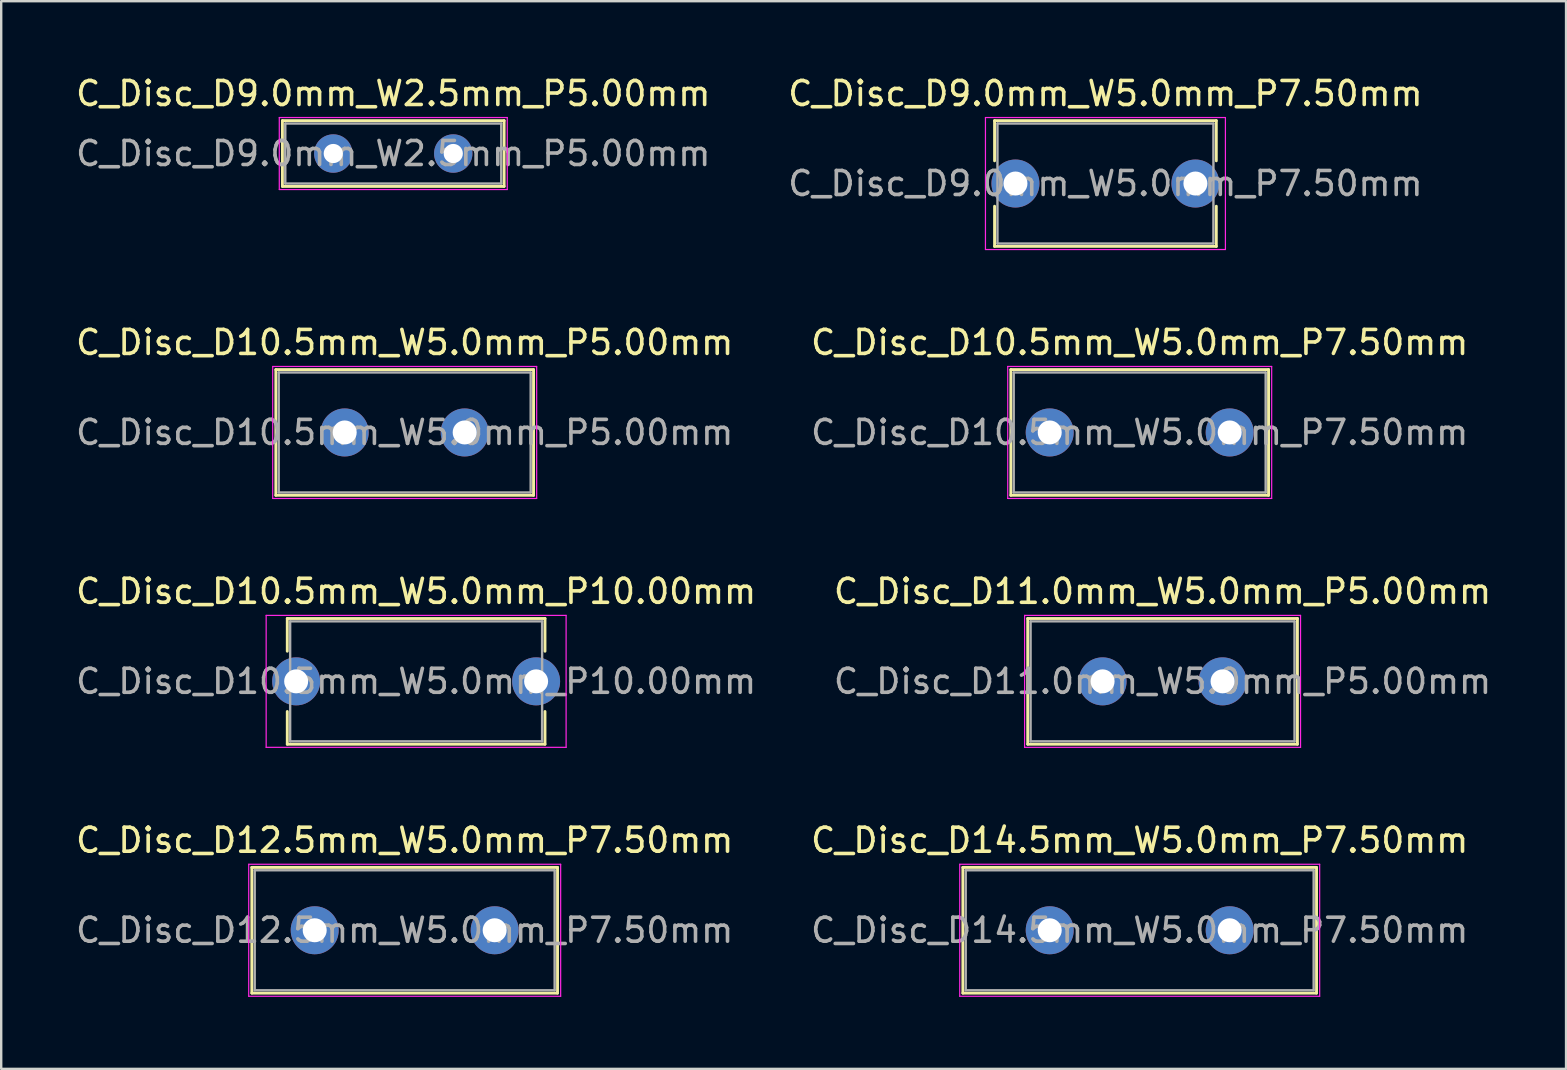
<source format=kicad_pcb>
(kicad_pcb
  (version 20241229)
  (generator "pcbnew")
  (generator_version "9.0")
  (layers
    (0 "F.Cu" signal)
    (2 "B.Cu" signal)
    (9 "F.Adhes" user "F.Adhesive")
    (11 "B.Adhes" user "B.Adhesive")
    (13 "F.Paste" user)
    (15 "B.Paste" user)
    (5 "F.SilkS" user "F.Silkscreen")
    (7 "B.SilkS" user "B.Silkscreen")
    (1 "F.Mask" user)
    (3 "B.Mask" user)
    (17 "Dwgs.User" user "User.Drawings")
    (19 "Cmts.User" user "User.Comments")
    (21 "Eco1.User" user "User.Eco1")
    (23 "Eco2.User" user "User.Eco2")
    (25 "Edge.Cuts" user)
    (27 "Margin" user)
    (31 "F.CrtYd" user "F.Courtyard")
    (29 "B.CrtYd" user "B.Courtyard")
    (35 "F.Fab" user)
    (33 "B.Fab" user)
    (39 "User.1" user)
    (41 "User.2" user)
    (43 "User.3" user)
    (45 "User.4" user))
  (footprint "C_Disc_D11.0mm_W5.0mm_P5.00mm"
    (layer "F.Cu")
    (at 42.899 25.345)
    (property "Reference" "C_Disc_D11.0mm_W5.0mm_P5.00mm" (at 2.5 -3.75 0) (layer "F.SilkS") (effects (font (size 1 1) (thickness 0.15))))
    (attr through_hole)
    (fp_line (start -3.12 -2.62) (end -3.12 2.62) (stroke (width 0.12) (type solid)) (layer "F.SilkS"))
    (fp_line (start -3.12 -2.62) (end 8.12 -2.62) (stroke (width 0.12) (type solid)) (layer "F.SilkS"))
    (fp_line (start -3.12 2.62) (end 8.12 2.62) (stroke (width 0.12) (type solid)) (layer "F.SilkS"))
    (fp_line (start 8.12 -2.62) (end 8.12 2.62) (stroke (width 0.12) (type solid)) (layer "F.SilkS"))
    (fp_line (start -3.25 -2.75) (end -3.25 2.75) (stroke (width 0.05) (type solid)) (layer "F.CrtYd"))
    (fp_line (start -3.25 2.75) (end 8.25 2.75) (stroke (width 0.05) (type solid)) (layer "F.CrtYd"))
    (fp_line (start 8.25 -2.75) (end -3.25 -2.75) (stroke (width 0.05) (type solid)) (layer "F.CrtYd"))
    (fp_line (start 8.25 2.75) (end 8.25 -2.75) (stroke (width 0.05) (type solid)) (layer "F.CrtYd"))
    (fp_line (start -3 -2.5) (end -3 2.5) (stroke (width 0.1) (type solid)) (layer "F.Fab"))
    (fp_line (start -3 2.5) (end 8 2.5) (stroke (width 0.1) (type solid)) (layer "F.Fab"))
    (fp_line (start 8 -2.5) (end -3 -2.5) (stroke (width 0.1) (type solid)) (layer "F.Fab"))
    (fp_line (start 8 2.5) (end 8 -2.5) (stroke (width 0.1) (type solid)) (layer "F.Fab"))
    (fp_text user "${REFERENCE}" (at 2.5 0 0) (layer "F.Fab") (effects (font (size 1 1) (thickness 0.15))))
    (pad "1" thru_hole circle (at 0 0) (size 2 2) (drill 1) (layers "*.Cu" "*.Mask"))
    (pad "2" thru_hole circle (at 5 0) (size 2 2) (drill 1) (layers "*.Cu" "*.Mask")))
  (footprint "C_Disc_D10.5mm_W5.0mm_P10.00mm"
    (layer "F.Cu")
    (at 9.292 25.345)
    (property "Reference" "C_Disc_D10.5mm_W5.0mm_P10.00mm" (at 5 -3.75 0) (layer "F.SilkS") (effects (font (size 1 1) (thickness 0.15))))
    (attr through_hole)
    (fp_line (start -0.37 -2.62) (end -0.37 -1.256) (stroke (width 0.12) (type solid)) (layer "F.SilkS"))
    (fp_line (start -0.37 -2.62) (end 10.37 -2.62) (stroke (width 0.12) (type solid)) (layer "F.SilkS"))
    (fp_line (start -0.37 1.256) (end -0.37 2.62) (stroke (width 0.12) (type solid)) (layer "F.SilkS"))
    (fp_line (start -0.37 2.62) (end 10.37 2.62) (stroke (width 0.12) (type solid)) (layer "F.SilkS"))
    (fp_line (start 10.37 -2.62) (end 10.37 -1.256) (stroke (width 0.12) (type solid)) (layer "F.SilkS"))
    (fp_line (start 10.37 1.256) (end 10.37 2.62) (stroke (width 0.12) (type solid)) (layer "F.SilkS"))
    (fp_line (start -1.25 -2.75) (end -1.25 2.75) (stroke (width 0.05) (type solid)) (layer "F.CrtYd"))
    (fp_line (start -1.25 2.75) (end 11.25 2.75) (stroke (width 0.05) (type solid)) (layer "F.CrtYd"))
    (fp_line (start 11.25 -2.75) (end -1.25 -2.75) (stroke (width 0.05) (type solid)) (layer "F.CrtYd"))
    (fp_line (start 11.25 2.75) (end 11.25 -2.75) (stroke (width 0.05) (type solid)) (layer "F.CrtYd"))
    (fp_line (start -0.25 -2.5) (end -0.25 2.5) (stroke (width 0.1) (type solid)) (layer "F.Fab"))
    (fp_line (start -0.25 2.5) (end 10.25 2.5) (stroke (width 0.1) (type solid)) (layer "F.Fab"))
    (fp_line (start 10.25 -2.5) (end -0.25 -2.5) (stroke (width 0.1) (type solid)) (layer "F.Fab"))
    (fp_line (start 10.25 2.5) (end 10.25 -2.5) (stroke (width 0.1) (type solid)) (layer "F.Fab"))
    (fp_text user "${REFERENCE}" (at 5 0 0) (layer "F.Fab") (effects (font (size 1 1) (thickness 0.15))))
    (pad "1" thru_hole circle (at 0 0) (size 2 2) (drill 1) (layers "*.Cu" "*.Mask"))
    (pad "2" thru_hole circle (at 10 0) (size 2 2) (drill 1) (layers "*.Cu" "*.Mask")))
  (footprint "C_Disc_D9.0mm_W2.5mm_P5.00mm"
    (layer "F.Cu")
    (at 10.839 3.348)
    (property "Reference" "C_Disc_D9.0mm_W2.5mm_P5.00mm" (at 2.5 -2.5 0) (layer "F.SilkS") (effects (font (size 1 1) (thickness 0.15))))
    (attr through_hole)
    (fp_line (start -2.12 -1.37) (end -2.12 1.37) (stroke (width 0.12) (type solid)) (layer "F.SilkS"))
    (fp_line (start -2.12 -1.37) (end 7.12 -1.37) (stroke (width 0.12) (type solid)) (layer "F.SilkS"))
    (fp_line (start -2.12 1.37) (end 7.12 1.37) (stroke (width 0.12) (type solid)) (layer "F.SilkS"))
    (fp_line (start 7.12 -1.37) (end 7.12 1.37) (stroke (width 0.12) (type solid)) (layer "F.SilkS"))
    (fp_line (start -2.25 -1.5) (end -2.25 1.5) (stroke (width 0.05) (type solid)) (layer "F.CrtYd"))
    (fp_line (start -2.25 1.5) (end 7.25 1.5) (stroke (width 0.05) (type solid)) (layer "F.CrtYd"))
    (fp_line (start 7.25 -1.5) (end -2.25 -1.5) (stroke (width 0.05) (type solid)) (layer "F.CrtYd"))
    (fp_line (start 7.25 1.5) (end 7.25 -1.5) (stroke (width 0.05) (type solid)) (layer "F.CrtYd"))
    (fp_line (start -2 -1.25) (end -2 1.25) (stroke (width 0.1) (type solid)) (layer "F.Fab"))
    (fp_line (start -2 1.25) (end 7 1.25) (stroke (width 0.1) (type solid)) (layer "F.Fab"))
    (fp_line (start 7 -1.25) (end -2 -1.25) (stroke (width 0.1) (type solid)) (layer "F.Fab"))
    (fp_line (start 7 1.25) (end 7 -1.25) (stroke (width 0.1) (type solid)) (layer "F.Fab"))
    (fp_text user "${REFERENCE}" (at 2.5 0 0) (layer "F.Fab") (effects (font (size 1 1) (thickness 0.15))))
    (pad "1" thru_hole circle (at 0 0) (size 1.6 1.6) (drill 0.8) (layers "*.Cu" "*.Mask"))
    (pad "2" thru_hole circle (at 5 0) (size 1.6 1.6) (drill 0.8) (layers "*.Cu" "*.Mask")))
  (footprint "C_Disc_D9.0mm_W5.0mm_P7.50mm"
    (layer "F.Cu")
    (at 39.268 4.598)
    (property "Reference" "C_Disc_D9.0mm_W5.0mm_P7.50mm" (at 3.75 -3.75 0) (layer "F.SilkS") (effects (font (size 1 1) (thickness 0.15))))
    (attr through_hole)
    (fp_line (start -0.87 -2.62) (end -0.87 -0.946) (stroke (width 0.12) (type solid)) (layer "F.SilkS"))
    (fp_line (start -0.87 -2.62) (end 8.37 -2.62) (stroke (width 0.12) (type solid)) (layer "F.SilkS"))
    (fp_line (start -0.87 0.946) (end -0.87 2.62) (stroke (width 0.12) (type solid)) (layer "F.SilkS"))
    (fp_line (start -0.87 2.62) (end 8.37 2.62) (stroke (width 0.12) (type solid)) (layer "F.SilkS"))
    (fp_line (start 8.37 -2.62) (end 8.37 -0.946) (stroke (width 0.12) (type solid)) (layer "F.SilkS"))
    (fp_line (start 8.37 0.946) (end 8.37 2.62) (stroke (width 0.12) (type solid)) (layer "F.SilkS"))
    (fp_line (start -1.25 -2.75) (end -1.25 2.75) (stroke (width 0.05) (type solid)) (layer "F.CrtYd"))
    (fp_line (start -1.25 2.75) (end 8.75 2.75) (stroke (width 0.05) (type solid)) (layer "F.CrtYd"))
    (fp_line (start 8.75 -2.75) (end -1.25 -2.75) (stroke (width 0.05) (type solid)) (layer "F.CrtYd"))
    (fp_line (start 8.75 2.75) (end 8.75 -2.75) (stroke (width 0.05) (type solid)) (layer "F.CrtYd"))
    (fp_line (start -0.75 -2.5) (end -0.75 2.5) (stroke (width 0.1) (type solid)) (layer "F.Fab"))
    (fp_line (start -0.75 2.5) (end 8.25 2.5) (stroke (width 0.1) (type solid)) (layer "F.Fab"))
    (fp_line (start 8.25 -2.5) (end -0.75 -2.5) (stroke (width 0.1) (type solid)) (layer "F.Fab"))
    (fp_line (start 8.25 2.5) (end 8.25 -2.5) (stroke (width 0.1) (type solid)) (layer "F.Fab"))
    (fp_text user "${REFERENCE}" (at 3.75 0 0) (layer "F.Fab") (effects (font (size 1 1) (thickness 0.15))))
    (pad "1" thru_hole circle (at 0 0) (size 2 2) (drill 1) (layers "*.Cu" "*.Mask"))
    (pad "2" thru_hole circle (at 7.5 0) (size 2 2) (drill 1) (layers "*.Cu" "*.Mask")))
  (footprint "C_Disc_D12.5mm_W5.0mm_P7.50mm"
    (layer "F.Cu")
    (at 10.065 35.718)
    (property "Reference" "C_Disc_D12.5mm_W5.0mm_P7.50mm" (at 3.75 -3.75 0) (layer "F.SilkS") (effects (font (size 1 1) (thickness 0.15))))
    (attr through_hole)
    (fp_line (start -2.62 -2.62) (end -2.62 2.62) (stroke (width 0.12) (type solid)) (layer "F.SilkS"))
    (fp_line (start -2.62 -2.62) (end 10.12 -2.62) (stroke (width 0.12) (type solid)) (layer "F.SilkS"))
    (fp_line (start -2.62 2.62) (end 10.12 2.62) (stroke (width 0.12) (type solid)) (layer "F.SilkS"))
    (fp_line (start 10.12 -2.62) (end 10.12 2.62) (stroke (width 0.12) (type solid)) (layer "F.SilkS"))
    (fp_line (start -2.75 -2.75) (end -2.75 2.75) (stroke (width 0.05) (type solid)) (layer "F.CrtYd"))
    (fp_line (start -2.75 2.75) (end 10.25 2.75) (stroke (width 0.05) (type solid)) (layer "F.CrtYd"))
    (fp_line (start 10.25 -2.75) (end -2.75 -2.75) (stroke (width 0.05) (type solid)) (layer "F.CrtYd"))
    (fp_line (start 10.25 2.75) (end 10.25 -2.75) (stroke (width 0.05) (type solid)) (layer "F.CrtYd"))
    (fp_line (start -2.5 -2.5) (end -2.5 2.5) (stroke (width 0.1) (type solid)) (layer "F.Fab"))
    (fp_line (start -2.5 2.5) (end 10 2.5) (stroke (width 0.1) (type solid)) (layer "F.Fab"))
    (fp_line (start 10 -2.5) (end -2.5 -2.5) (stroke (width 0.1) (type solid)) (layer "F.Fab"))
    (fp_line (start 10 2.5) (end 10 -2.5) (stroke (width 0.1) (type solid)) (layer "F.Fab"))
    (fp_text user "${REFERENCE}" (at 3.75 0 0) (layer "F.Fab") (effects (font (size 1 1) (thickness 0.15))))
    (pad "1" thru_hole circle (at 0 0) (size 2 2) (drill 1) (layers "*.Cu" "*.Mask"))
    (pad "2" thru_hole circle (at 7.5 0) (size 2 2) (drill 1) (layers "*.Cu" "*.Mask")))
  (footprint "C_Disc_D10.5mm_W5.0mm_P7.50mm"
    (layer "F.Cu")
    (at 40.696 14.972)
    (property "Reference" "C_Disc_D10.5mm_W5.0mm_P7.50mm" (at 3.75 -3.75 0) (layer "F.SilkS") (effects (font (size 1 1) (thickness 0.15))))
    (attr through_hole)
    (fp_line (start -1.62 -2.62) (end -1.62 2.62) (stroke (width 0.12) (type solid)) (layer "F.SilkS"))
    (fp_line (start -1.62 -2.62) (end 9.12 -2.62) (stroke (width 0.12) (type solid)) (layer "F.SilkS"))
    (fp_line (start -1.62 2.62) (end 9.12 2.62) (stroke (width 0.12) (type solid)) (layer "F.SilkS"))
    (fp_line (start 9.12 -2.62) (end 9.12 2.62) (stroke (width 0.12) (type solid)) (layer "F.SilkS"))
    (fp_line (start -1.75 -2.75) (end -1.75 2.75) (stroke (width 0.05) (type solid)) (layer "F.CrtYd"))
    (fp_line (start -1.75 2.75) (end 9.25 2.75) (stroke (width 0.05) (type solid)) (layer "F.CrtYd"))
    (fp_line (start 9.25 -2.75) (end -1.75 -2.75) (stroke (width 0.05) (type solid)) (layer "F.CrtYd"))
    (fp_line (start 9.25 2.75) (end 9.25 -2.75) (stroke (width 0.05) (type solid)) (layer "F.CrtYd"))
    (fp_line (start -1.5 -2.5) (end -1.5 2.5) (stroke (width 0.1) (type solid)) (layer "F.Fab"))
    (fp_line (start -1.5 2.5) (end 9 2.5) (stroke (width 0.1) (type solid)) (layer "F.Fab"))
    (fp_line (start 9 -2.5) (end -1.5 -2.5) (stroke (width 0.1) (type solid)) (layer "F.Fab"))
    (fp_line (start 9 2.5) (end 9 -2.5) (stroke (width 0.1) (type solid)) (layer "F.Fab"))
    (fp_text user "${REFERENCE}" (at 3.75 0 0) (layer "F.Fab") (effects (font (size 1 1) (thickness 0.15))))
    (pad "1" thru_hole circle (at 0 0) (size 2 2) (drill 1) (layers "*.Cu" "*.Mask"))
    (pad "2" thru_hole circle (at 7.5 0) (size 2 2) (drill 1) (layers "*.Cu" "*.Mask")))
  (footprint "C_Disc_D10.5mm_W5.0mm_P5.00mm"
    (layer "F.Cu")
    (at 11.315 14.972)
    (property "Reference" "C_Disc_D10.5mm_W5.0mm_P5.00mm" (at 2.5 -3.75 0) (layer "F.SilkS") (effects (font (size 1 1) (thickness 0.15))))
    (attr through_hole)
    (fp_line (start -2.87 -2.62) (end -2.87 2.62) (stroke (width 0.12) (type solid)) (layer "F.SilkS"))
    (fp_line (start -2.87 -2.62) (end 7.87 -2.62) (stroke (width 0.12) (type solid)) (layer "F.SilkS"))
    (fp_line (start -2.87 2.62) (end 7.87 2.62) (stroke (width 0.12) (type solid)) (layer "F.SilkS"))
    (fp_line (start 7.87 -2.62) (end 7.87 2.62) (stroke (width 0.12) (type solid)) (layer "F.SilkS"))
    (fp_line (start -3 -2.75) (end -3 2.75) (stroke (width 0.05) (type solid)) (layer "F.CrtYd"))
    (fp_line (start -3 2.75) (end 8 2.75) (stroke (width 0.05) (type solid)) (layer "F.CrtYd"))
    (fp_line (start 8 -2.75) (end -3 -2.75) (stroke (width 0.05) (type solid)) (layer "F.CrtYd"))
    (fp_line (start 8 2.75) (end 8 -2.75) (stroke (width 0.05) (type solid)) (layer "F.CrtYd"))
    (fp_line (start -2.75 -2.5) (end -2.75 2.5) (stroke (width 0.1) (type solid)) (layer "F.Fab"))
    (fp_line (start -2.75 2.5) (end 7.75 2.5) (stroke (width 0.1) (type solid)) (layer "F.Fab"))
    (fp_line (start 7.75 -2.5) (end -2.75 -2.5) (stroke (width 0.1) (type solid)) (layer "F.Fab"))
    (fp_line (start 7.75 2.5) (end 7.75 -2.5) (stroke (width 0.1) (type solid)) (layer "F.Fab"))
    (fp_text user "${REFERENCE}" (at 2.5 0 0) (layer "F.Fab") (effects (font (size 1 1) (thickness 0.15))))
    (pad "1" thru_hole circle (at 0 0) (size 2 2) (drill 1) (layers "*.Cu" "*.Mask"))
    (pad "2" thru_hole circle (at 5 0) (size 2 2) (drill 1) (layers "*.Cu" "*.Mask")))
  (footprint "C_Disc_D14.5mm_W5.0mm_P7.50mm"
    (layer "F.Cu")
    (at 40.696 35.718)
    (property "Reference" "C_Disc_D14.5mm_W5.0mm_P7.50mm" (at 3.75 -3.75 0) (layer "F.SilkS") (effects (font (size 1 1) (thickness 0.15))))
    (attr through_hole)
    (fp_line (start -3.62 -2.62) (end -3.62 2.62) (stroke (width 0.12) (type solid)) (layer "F.SilkS"))
    (fp_line (start -3.62 -2.62) (end 11.12 -2.62) (stroke (width 0.12) (type solid)) (layer "F.SilkS"))
    (fp_line (start -3.62 2.62) (end 11.12 2.62) (stroke (width 0.12) (type solid)) (layer "F.SilkS"))
    (fp_line (start 11.12 -2.62) (end 11.12 2.62) (stroke (width 0.12) (type solid)) (layer "F.SilkS"))
    (fp_line (start -3.75 -2.75) (end -3.75 2.75) (stroke (width 0.05) (type solid)) (layer "F.CrtYd"))
    (fp_line (start -3.75 2.75) (end 11.25 2.75) (stroke (width 0.05) (type solid)) (layer "F.CrtYd"))
    (fp_line (start 11.25 -2.75) (end -3.75 -2.75) (stroke (width 0.05) (type solid)) (layer "F.CrtYd"))
    (fp_line (start 11.25 2.75) (end 11.25 -2.75) (stroke (width 0.05) (type solid)) (layer "F.CrtYd"))
    (fp_line (start -3.5 -2.5) (end -3.5 2.5) (stroke (width 0.1) (type solid)) (layer "F.Fab"))
    (fp_line (start -3.5 2.5) (end 11 2.5) (stroke (width 0.1) (type solid)) (layer "F.Fab"))
    (fp_line (start 11 -2.5) (end -3.5 -2.5) (stroke (width 0.1) (type solid)) (layer "F.Fab"))
    (fp_line (start 11 2.5) (end 11 -2.5) (stroke (width 0.1) (type solid)) (layer "F.Fab"))
    (fp_text user "${REFERENCE}" (at 3.75 0 0) (layer "F.Fab") (effects (font (size 1 1) (thickness 0.15))))
    (pad "1" thru_hole circle (at 0 0) (size 2 2) (drill 1) (layers "*.Cu" "*.Mask"))
    (pad "2" thru_hole circle (at 7.5 0) (size 2 2) (drill 1) (layers "*.Cu" "*.Mask")))
  (gr_rect
    (start -3 -3)
    (end 62.214 41.493)
    (stroke (width 0.1) (type default))
    (fill no)
    (layer "Edge.Cuts")))
</source>
